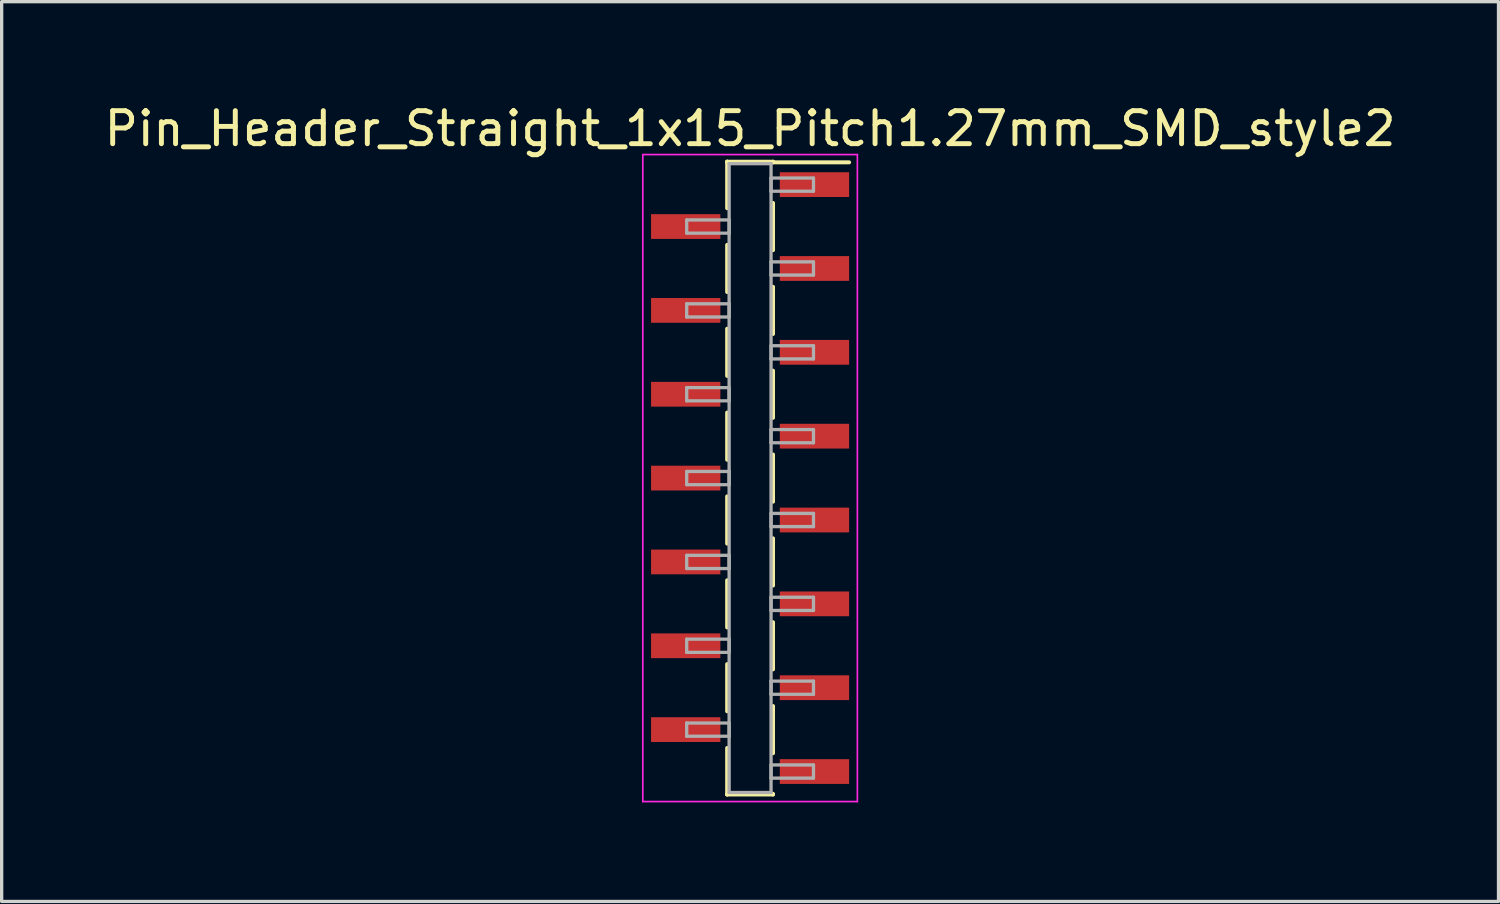
<source format=kicad_pcb>
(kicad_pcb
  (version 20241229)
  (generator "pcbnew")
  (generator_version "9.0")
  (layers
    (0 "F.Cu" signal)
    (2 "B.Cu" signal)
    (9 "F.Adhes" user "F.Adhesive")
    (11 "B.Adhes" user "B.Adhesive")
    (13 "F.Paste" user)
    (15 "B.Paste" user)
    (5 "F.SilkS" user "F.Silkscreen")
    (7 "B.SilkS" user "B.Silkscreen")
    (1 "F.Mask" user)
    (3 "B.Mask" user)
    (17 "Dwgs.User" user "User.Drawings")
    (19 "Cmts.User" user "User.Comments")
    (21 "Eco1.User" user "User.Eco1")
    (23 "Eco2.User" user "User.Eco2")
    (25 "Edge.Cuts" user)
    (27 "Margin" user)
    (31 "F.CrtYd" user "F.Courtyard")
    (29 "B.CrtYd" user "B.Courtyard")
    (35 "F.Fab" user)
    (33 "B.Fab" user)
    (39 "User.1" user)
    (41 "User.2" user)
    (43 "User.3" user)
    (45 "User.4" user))
  (footprint "Pin_Header_Straight_1x15_Pitch1.27mm_SMD_style2"
    (layer "F.Cu")
    (at 19.673 11.433)
    (property "Reference" "Pin_Header_Straight_1x15_Pitch1.27mm_SMD_style2" (at 0 -10.585 0) (layer "F.SilkS") (effects (font (size 1 1) (thickness 0.15))))
    (attr smd)
    (fp_line (start -0.695 -9.585) (end -0.695 -8.175) (stroke (width 0.12) (type solid)) (layer "F.SilkS"))
    (fp_line (start -0.695 -9.585) (end 0.695 -9.585) (stroke (width 0.12) (type solid)) (layer "F.SilkS"))
    (fp_line (start -0.695 -9.565) (end -0.695 -9.585) (stroke (width 0.12) (type solid)) (layer "F.SilkS"))
    (fp_line (start -0.695 -7.065) (end -0.695 -5.635) (stroke (width 0.12) (type solid)) (layer "F.SilkS"))
    (fp_line (start -0.695 -4.525) (end -0.695 -3.095) (stroke (width 0.12) (type solid)) (layer "F.SilkS"))
    (fp_line (start -0.695 -1.985) (end -0.695 -0.555) (stroke (width 0.12) (type solid)) (layer "F.SilkS"))
    (fp_line (start -0.695 0.555) (end -0.695 1.985) (stroke (width 0.12) (type solid)) (layer "F.SilkS"))
    (fp_line (start -0.695 3.095) (end -0.695 4.525) (stroke (width 0.12) (type solid)) (layer "F.SilkS"))
    (fp_line (start -0.695 5.635) (end -0.695 7.065) (stroke (width 0.12) (type solid)) (layer "F.SilkS"))
    (fp_line (start -0.695 8.175) (end -0.695 9.585) (stroke (width 0.12) (type solid)) (layer "F.SilkS"))
    (fp_line (start -0.695 9.565) (end -0.695 9.585) (stroke (width 0.12) (type solid)) (layer "F.SilkS"))
    (fp_line (start -0.695 9.585) (end 0.695 9.585) (stroke (width 0.12) (type solid)) (layer "F.SilkS"))
    (fp_line (start 0.695 -9.585) (end 0.695 -9.565) (stroke (width 0.12) (type solid)) (layer "F.SilkS"))
    (fp_line (start 0.695 -9.565) (end 3 -9.565) (stroke (width 0.12) (type solid)) (layer "F.SilkS"))
    (fp_line (start 0.695 -8.335) (end 0.695 -6.905) (stroke (width 0.12) (type solid)) (layer "F.SilkS"))
    (fp_line (start 0.695 -5.795) (end 0.695 -4.365) (stroke (width 0.12) (type solid)) (layer "F.SilkS"))
    (fp_line (start 0.695 -3.255) (end 0.695 -1.825) (stroke (width 0.12) (type solid)) (layer "F.SilkS"))
    (fp_line (start 0.695 -0.715) (end 0.695 0.715) (stroke (width 0.12) (type solid)) (layer "F.SilkS"))
    (fp_line (start 0.695 1.825) (end 0.695 3.255) (stroke (width 0.12) (type solid)) (layer "F.SilkS"))
    (fp_line (start 0.695 4.365) (end 0.695 5.795) (stroke (width 0.12) (type solid)) (layer "F.SilkS"))
    (fp_line (start 0.695 6.905) (end 0.695 8.335) (stroke (width 0.12) (type solid)) (layer "F.SilkS"))
    (fp_line (start 0.695 9.585) (end 0.695 9.565) (stroke (width 0.12) (type solid)) (layer "F.SilkS"))
    (fp_line (start -3.25 -9.8) (end -3.25 9.8) (stroke (width 0.05) (type solid)) (layer "F.CrtYd"))
    (fp_line (start -3.25 9.8) (end 3.25 9.8) (stroke (width 0.05) (type solid)) (layer "F.CrtYd"))
    (fp_line (start 3.25 -9.8) (end -3.25 -9.8) (stroke (width 0.05) (type solid)) (layer "F.CrtYd"))
    (fp_line (start 3.25 9.8) (end 3.25 -9.8) (stroke (width 0.05) (type solid)) (layer "F.CrtYd"))
    (fp_line (start -1.92 -7.82) (end -0.635 -7.82) (stroke (width 0.1) (type solid)) (layer "F.Fab"))
    (fp_line (start -1.92 -7.42) (end -1.92 -7.82) (stroke (width 0.1) (type solid)) (layer "F.Fab"))
    (fp_line (start -1.92 -5.28) (end -0.635 -5.28) (stroke (width 0.1) (type solid)) (layer "F.Fab"))
    (fp_line (start -1.92 -4.88) (end -1.92 -5.28) (stroke (width 0.1) (type solid)) (layer "F.Fab"))
    (fp_line (start -1.92 -2.74) (end -0.635 -2.74) (stroke (width 0.1) (type solid)) (layer "F.Fab"))
    (fp_line (start -1.92 -2.34) (end -1.92 -2.74) (stroke (width 0.1) (type solid)) (layer "F.Fab"))
    (fp_line (start -1.92 -0.2) (end -0.635 -0.2) (stroke (width 0.1) (type solid)) (layer "F.Fab"))
    (fp_line (start -1.92 0.2) (end -1.92 -0.2) (stroke (width 0.1) (type solid)) (layer "F.Fab"))
    (fp_line (start -1.92 2.34) (end -0.635 2.34) (stroke (width 0.1) (type solid)) (layer "F.Fab"))
    (fp_line (start -1.92 2.74) (end -1.92 2.34) (stroke (width 0.1) (type solid)) (layer "F.Fab"))
    (fp_line (start -1.92 4.88) (end -0.635 4.88) (stroke (width 0.1) (type solid)) (layer "F.Fab"))
    (fp_line (start -1.92 5.28) (end -1.92 4.88) (stroke (width 0.1) (type solid)) (layer "F.Fab"))
    (fp_line (start -1.92 7.42) (end -0.635 7.42) (stroke (width 0.1) (type solid)) (layer "F.Fab"))
    (fp_line (start -1.92 7.82) (end -1.92 7.42) (stroke (width 0.1) (type solid)) (layer "F.Fab"))
    (fp_line (start -0.635 -9.525) (end -0.635 9.525) (stroke (width 0.1) (type solid)) (layer "F.Fab"))
    (fp_line (start -0.635 -7.82) (end -0.635 -7.42) (stroke (width 0.1) (type solid)) (layer "F.Fab"))
    (fp_line (start -0.635 -7.42) (end -1.92 -7.42) (stroke (width 0.1) (type solid)) (layer "F.Fab"))
    (fp_line (start -0.635 -5.28) (end -0.635 -4.88) (stroke (width 0.1) (type solid)) (layer "F.Fab"))
    (fp_line (start -0.635 -4.88) (end -1.92 -4.88) (stroke (width 0.1) (type solid)) (layer "F.Fab"))
    (fp_line (start -0.635 -2.74) (end -0.635 -2.34) (stroke (width 0.1) (type solid)) (layer "F.Fab"))
    (fp_line (start -0.635 -2.34) (end -1.92 -2.34) (stroke (width 0.1) (type solid)) (layer "F.Fab"))
    (fp_line (start -0.635 -0.2) (end -0.635 0.2) (stroke (width 0.1) (type solid)) (layer "F.Fab"))
    (fp_line (start -0.635 0.2) (end -1.92 0.2) (stroke (width 0.1) (type solid)) (layer "F.Fab"))
    (fp_line (start -0.635 2.34) (end -0.635 2.74) (stroke (width 0.1) (type solid)) (layer "F.Fab"))
    (fp_line (start -0.635 2.74) (end -1.92 2.74) (stroke (width 0.1) (type solid)) (layer "F.Fab"))
    (fp_line (start -0.635 4.88) (end -0.635 5.28) (stroke (width 0.1) (type solid)) (layer "F.Fab"))
    (fp_line (start -0.635 5.28) (end -1.92 5.28) (stroke (width 0.1) (type solid)) (layer "F.Fab"))
    (fp_line (start -0.635 7.42) (end -0.635 7.82) (stroke (width 0.1) (type solid)) (layer "F.Fab"))
    (fp_line (start -0.635 7.82) (end -1.92 7.82) (stroke (width 0.1) (type solid)) (layer "F.Fab"))
    (fp_line (start -0.635 9.525) (end 0.635 9.525) (stroke (width 0.1) (type solid)) (layer "F.Fab"))
    (fp_line (start 0.635 -9.525) (end -0.635 -9.525) (stroke (width 0.1) (type solid)) (layer "F.Fab"))
    (fp_line (start 0.635 -9.09) (end 0.635 -8.69) (stroke (width 0.1) (type solid)) (layer "F.Fab"))
    (fp_line (start 0.635 -8.69) (end 1.92 -8.69) (stroke (width 0.1) (type solid)) (layer "F.Fab"))
    (fp_line (start 0.635 -6.55) (end 0.635 -6.15) (stroke (width 0.1) (type solid)) (layer "F.Fab"))
    (fp_line (start 0.635 -6.15) (end 1.92 -6.15) (stroke (width 0.1) (type solid)) (layer "F.Fab"))
    (fp_line (start 0.635 -4.01) (end 0.635 -3.61) (stroke (width 0.1) (type solid)) (layer "F.Fab"))
    (fp_line (start 0.635 -3.61) (end 1.92 -3.61) (stroke (width 0.1) (type solid)) (layer "F.Fab"))
    (fp_line (start 0.635 -1.47) (end 0.635 -1.07) (stroke (width 0.1) (type solid)) (layer "F.Fab"))
    (fp_line (start 0.635 -1.07) (end 1.92 -1.07) (stroke (width 0.1) (type solid)) (layer "F.Fab"))
    (fp_line (start 0.635 1.07) (end 0.635 1.47) (stroke (width 0.1) (type solid)) (layer "F.Fab"))
    (fp_line (start 0.635 1.47) (end 1.92 1.47) (stroke (width 0.1) (type solid)) (layer "F.Fab"))
    (fp_line (start 0.635 3.61) (end 0.635 4.01) (stroke (width 0.1) (type solid)) (layer "F.Fab"))
    (fp_line (start 0.635 4.01) (end 1.92 4.01) (stroke (width 0.1) (type solid)) (layer "F.Fab"))
    (fp_line (start 0.635 6.15) (end 0.635 6.55) (stroke (width 0.1) (type solid)) (layer "F.Fab"))
    (fp_line (start 0.635 6.55) (end 1.92 6.55) (stroke (width 0.1) (type solid)) (layer "F.Fab"))
    (fp_line (start 0.635 8.69) (end 0.635 9.09) (stroke (width 0.1) (type solid)) (layer "F.Fab"))
    (fp_line (start 0.635 9.09) (end 1.92 9.09) (stroke (width 0.1) (type solid)) (layer "F.Fab"))
    (fp_line (start 0.635 9.525) (end 0.635 -9.525) (stroke (width 0.1) (type solid)) (layer "F.Fab"))
    (fp_line (start 1.92 -9.09) (end 0.635 -9.09) (stroke (width 0.1) (type solid)) (layer "F.Fab"))
    (fp_line (start 1.92 -8.69) (end 1.92 -9.09) (stroke (width 0.1) (type solid)) (layer "F.Fab"))
    (fp_line (start 1.92 -6.55) (end 0.635 -6.55) (stroke (width 0.1) (type solid)) (layer "F.Fab"))
    (fp_line (start 1.92 -6.15) (end 1.92 -6.55) (stroke (width 0.1) (type solid)) (layer "F.Fab"))
    (fp_line (start 1.92 -4.01) (end 0.635 -4.01) (stroke (width 0.1) (type solid)) (layer "F.Fab"))
    (fp_line (start 1.92 -3.61) (end 1.92 -4.01) (stroke (width 0.1) (type solid)) (layer "F.Fab"))
    (fp_line (start 1.92 -1.47) (end 0.635 -1.47) (stroke (width 0.1) (type solid)) (layer "F.Fab"))
    (fp_line (start 1.92 -1.07) (end 1.92 -1.47) (stroke (width 0.1) (type solid)) (layer "F.Fab"))
    (fp_line (start 1.92 1.07) (end 0.635 1.07) (stroke (width 0.1) (type solid)) (layer "F.Fab"))
    (fp_line (start 1.92 1.47) (end 1.92 1.07) (stroke (width 0.1) (type solid)) (layer "F.Fab"))
    (fp_line (start 1.92 3.61) (end 0.635 3.61) (stroke (width 0.1) (type solid)) (layer "F.Fab"))
    (fp_line (start 1.92 4.01) (end 1.92 3.61) (stroke (width 0.1) (type solid)) (layer "F.Fab"))
    (fp_line (start 1.92 6.15) (end 0.635 6.15) (stroke (width 0.1) (type solid)) (layer "F.Fab"))
    (fp_line (start 1.92 6.55) (end 1.92 6.15) (stroke (width 0.1) (type solid)) (layer "F.Fab"))
    (fp_line (start 1.92 8.69) (end 0.635 8.69) (stroke (width 0.1) (type solid)) (layer "F.Fab"))
    (fp_line (start 1.92 9.09) (end 1.92 8.69) (stroke (width 0.1) (type solid)) (layer "F.Fab"))
    (pad "1" smd rect (at 1.95 -8.89) (size 2.1 0.75) (layers "F.Cu" "F.Mask"))
    (pad "2" smd rect (at -1.95 -7.62) (size 2.1 0.75) (layers "F.Cu" "F.Mask"))
    (pad "3" smd rect (at 1.95 -6.35) (size 2.1 0.75) (layers "F.Cu" "F.Mask"))
    (pad "4" smd rect (at -1.95 -5.08) (size 2.1 0.75) (layers "F.Cu" "F.Mask"))
    (pad "5" smd rect (at 1.95 -3.81) (size 2.1 0.75) (layers "F.Cu" "F.Mask"))
    (pad "6" smd rect (at -1.95 -2.54) (size 2.1 0.75) (layers "F.Cu" "F.Mask"))
    (pad "7" smd rect (at 1.95 -1.27) (size 2.1 0.75) (layers "F.Cu" "F.Mask"))
    (pad "8" smd rect (at -1.95 0) (size 2.1 0.75) (layers "F.Cu" "F.Mask"))
    (pad "9" smd rect (at 1.95 1.27) (size 2.1 0.75) (layers "F.Cu" "F.Mask"))
    (pad "10" smd rect (at -1.95 2.54) (size 2.1 0.75) (layers "F.Cu" "F.Mask"))
    (pad "11" smd rect (at 1.95 3.81) (size 2.1 0.75) (layers "F.Cu" "F.Mask"))
    (pad "12" smd rect (at -1.95 5.08) (size 2.1 0.75) (layers "F.Cu" "F.Mask"))
    (pad "13" smd rect (at 1.95 6.35) (size 2.1 0.75) (layers "F.Cu" "F.Mask"))
    (pad "14" smd rect (at -1.95 7.62) (size 2.1 0.75) (layers "F.Cu" "F.Mask"))
    (pad "15" smd rect (at 1.95 8.89) (size 2.1 0.75) (layers "F.Cu" "F.Mask")))
  (gr_rect
    (start -3 -3)
    (end 42.345 24.258)
    (stroke (width 0.1) (type default))
    (fill no)
    (layer "Edge.Cuts")))
</source>
